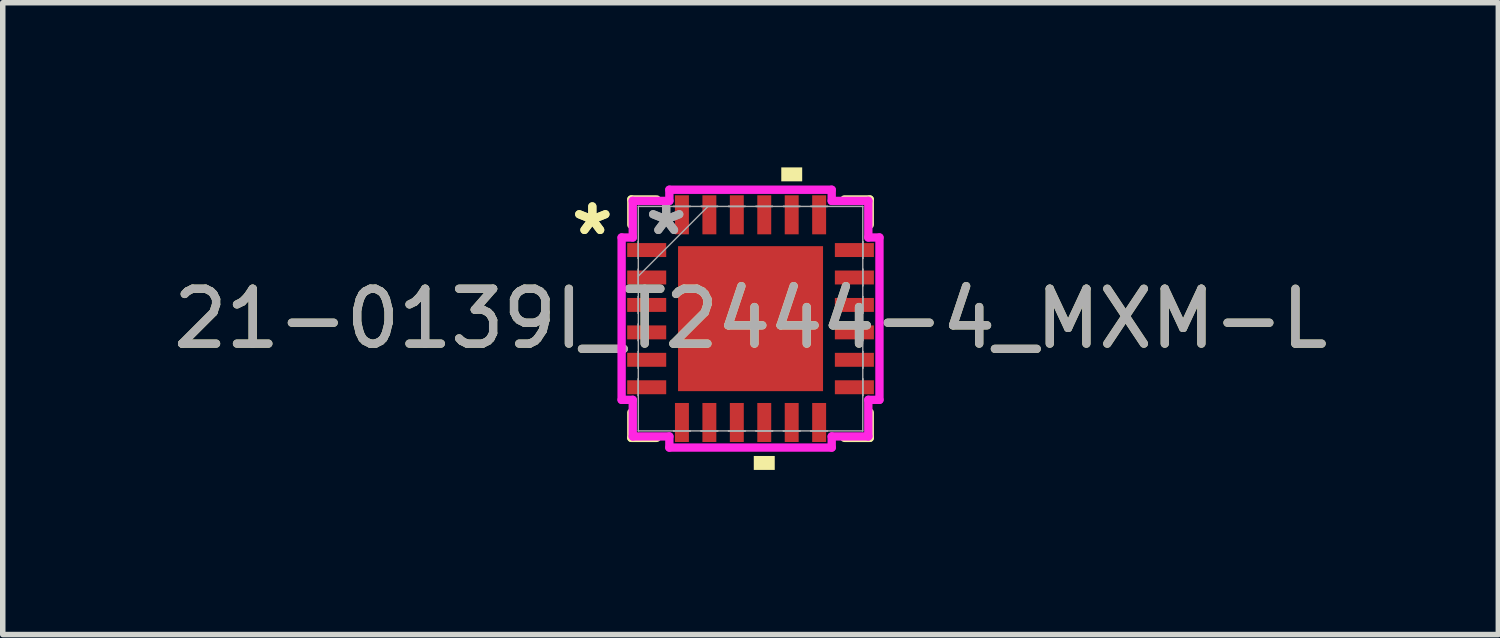
<source format=kicad_pcb>
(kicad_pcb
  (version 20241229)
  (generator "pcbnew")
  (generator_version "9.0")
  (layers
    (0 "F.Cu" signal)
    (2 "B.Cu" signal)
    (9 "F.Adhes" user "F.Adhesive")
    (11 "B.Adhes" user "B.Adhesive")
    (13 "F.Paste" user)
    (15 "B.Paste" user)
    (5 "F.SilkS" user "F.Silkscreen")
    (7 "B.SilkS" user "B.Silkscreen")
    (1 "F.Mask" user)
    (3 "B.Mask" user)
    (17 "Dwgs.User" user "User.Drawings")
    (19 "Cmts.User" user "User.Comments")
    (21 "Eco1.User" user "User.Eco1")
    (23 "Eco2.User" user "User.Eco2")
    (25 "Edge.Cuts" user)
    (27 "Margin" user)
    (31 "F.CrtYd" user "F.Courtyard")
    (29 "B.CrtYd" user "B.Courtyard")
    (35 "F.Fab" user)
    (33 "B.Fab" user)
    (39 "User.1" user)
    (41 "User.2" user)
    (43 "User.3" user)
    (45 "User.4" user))
  (footprint "21-0139I_T2444-4_MXM-L"
    (layer "F.Cu")
    (at 10.625 2.756)
    (property "Reference" "21-0139I_T2444-4_MXM-L" (at 0 0 0) (unlocked yes) (layer "F.SilkS") (effects (font (size 1 1) (thickness 0.15))))
    (attr smd)
    (fp_line (start -2.172 -2.172) (end -2.172 -1.71) (stroke (width 0.152) (type solid)) (layer "F.SilkS"))
    (fp_line (start -2.172 1.71) (end -2.172 2.172) (stroke (width 0.152) (type solid)) (layer "F.SilkS"))
    (fp_line (start -2.172 2.172) (end -1.71 2.172) (stroke (width 0.152) (type solid)) (layer "F.SilkS"))
    (fp_line (start -1.71 -2.172) (end -2.172 -2.172) (stroke (width 0.152) (type solid)) (layer "F.SilkS"))
    (fp_line (start 1.71 2.172) (end 2.172 2.172) (stroke (width 0.152) (type solid)) (layer "F.SilkS"))
    (fp_line (start 2.172 -2.172) (end 1.71 -2.172) (stroke (width 0.152) (type solid)) (layer "F.SilkS"))
    (fp_line (start 2.172 -1.71) (end 2.172 -2.172) (stroke (width 0.152) (type solid)) (layer "F.SilkS"))
    (fp_line (start 2.172 2.172) (end 2.172 1.71) (stroke (width 0.152) (type solid)) (layer "F.SilkS"))
    (fp_poly (pts (xy 0.059 2.502) (xy 0.059 2.756) (xy 0.441 2.756) (xy 0.441 2.502)) (stroke (width 0) (type solid)) (fill yes) (layer "F.SilkS"))
    (fp_poly (pts (xy 0.56 -2.502) (xy 0.56 -2.756) (xy 0.941 -2.756) (xy 0.941 -2.502)) (stroke (width 0) (type solid)) (fill yes) (layer "F.SilkS"))
    (fp_poly (pts (xy -1.221 -1.221) (xy -1.221 -0.1) (xy -0.1 -0.1) (xy -0.1 -1.221)) (stroke (width 0) (type solid)) (fill yes) (layer "F.Paste"))
    (fp_poly (pts (xy -1.221 0.1) (xy -1.221 1.221) (xy -0.1 1.221) (xy -0.1 0.1)) (stroke (width 0) (type solid)) (fill yes) (layer "F.Paste"))
    (fp_poly (pts (xy 0.1 -1.221) (xy 0.1 -0.1) (xy 1.221 -0.1) (xy 1.221 -1.221)) (stroke (width 0) (type solid)) (fill yes) (layer "F.Paste"))
    (fp_poly (pts (xy 0.1 0.1) (xy 0.1 1.221) (xy 1.221 1.221) (xy 1.221 0.1)) (stroke (width 0) (type solid)) (fill yes) (layer "F.Paste"))
    (fp_line (start -2.349 -1.479) (end -2.146 -1.479) (stroke (width 0.152) (type solid)) (layer "F.CrtYd"))
    (fp_line (start -2.349 1.479) (end -2.349 -1.479) (stroke (width 0.152) (type solid)) (layer "F.CrtYd"))
    (fp_line (start -2.146 -2.146) (end -1.479 -2.146) (stroke (width 0.152) (type solid)) (layer "F.CrtYd"))
    (fp_line (start -2.146 -1.479) (end -2.146 -2.146) (stroke (width 0.152) (type solid)) (layer "F.CrtYd"))
    (fp_line (start -2.146 1.479) (end -2.349 1.479) (stroke (width 0.152) (type solid)) (layer "F.CrtYd"))
    (fp_line (start -2.146 2.146) (end -2.146 1.479) (stroke (width 0.152) (type solid)) (layer "F.CrtYd"))
    (fp_line (start -1.479 -2.349) (end 1.479 -2.349) (stroke (width 0.152) (type solid)) (layer "F.CrtYd"))
    (fp_line (start -1.479 -2.146) (end -1.479 -2.349) (stroke (width 0.152) (type solid)) (layer "F.CrtYd"))
    (fp_line (start -1.479 2.146) (end -2.146 2.146) (stroke (width 0.152) (type solid)) (layer "F.CrtYd"))
    (fp_line (start -1.479 2.349) (end -1.479 2.146) (stroke (width 0.152) (type solid)) (layer "F.CrtYd"))
    (fp_line (start 1.479 -2.349) (end 1.479 -2.146) (stroke (width 0.152) (type solid)) (layer "F.CrtYd"))
    (fp_line (start 1.479 -2.146) (end 2.146 -2.146) (stroke (width 0.152) (type solid)) (layer "F.CrtYd"))
    (fp_line (start 1.479 2.146) (end 1.479 2.349) (stroke (width 0.152) (type solid)) (layer "F.CrtYd"))
    (fp_line (start 1.479 2.349) (end -1.479 2.349) (stroke (width 0.152) (type solid)) (layer "F.CrtYd"))
    (fp_line (start 2.146 -2.146) (end 2.146 -1.479) (stroke (width 0.152) (type solid)) (layer "F.CrtYd"))
    (fp_line (start 2.146 -1.479) (end 2.349 -1.479) (stroke (width 0.152) (type solid)) (layer "F.CrtYd"))
    (fp_line (start 2.146 1.479) (end 2.146 2.146) (stroke (width 0.152) (type solid)) (layer "F.CrtYd"))
    (fp_line (start 2.146 2.146) (end 1.479 2.146) (stroke (width 0.152) (type solid)) (layer "F.CrtYd"))
    (fp_line (start 2.349 -1.479) (end 2.349 1.479) (stroke (width 0.152) (type solid)) (layer "F.CrtYd"))
    (fp_line (start 2.349 1.479) (end 2.146 1.479) (stroke (width 0.152) (type solid)) (layer "F.CrtYd"))
    (fp_line (start -2.045 -2.045) (end -2.045 -2.045) (stroke (width 0.025) (type solid)) (layer "F.Fab"))
    (fp_line (start -2.045 -2.045) (end -2.045 2.045) (stroke (width 0.025) (type solid)) (layer "F.Fab"))
    (fp_line (start -2.045 -1.402) (end -2.045 -1.402) (stroke (width 0.025) (type solid)) (layer "F.Fab"))
    (fp_line (start -2.045 -1.402) (end -2.045 -1.098) (stroke (width 0.025) (type solid)) (layer "F.Fab"))
    (fp_line (start -2.045 -1.098) (end -2.045 -1.402) (stroke (width 0.025) (type solid)) (layer "F.Fab"))
    (fp_line (start -2.045 -1.098) (end -2.045 -1.098) (stroke (width 0.025) (type solid)) (layer "F.Fab"))
    (fp_line (start -2.045 -0.902) (end -2.045 -0.902) (stroke (width 0.025) (type solid)) (layer "F.Fab"))
    (fp_line (start -2.045 -0.902) (end -2.045 -0.598) (stroke (width 0.025) (type solid)) (layer "F.Fab"))
    (fp_line (start -2.045 -0.775) (end -0.775 -2.045) (stroke (width 0.025) (type solid)) (layer "F.Fab"))
    (fp_line (start -2.045 -0.598) (end -2.045 -0.902) (stroke (width 0.025) (type solid)) (layer "F.Fab"))
    (fp_line (start -2.045 -0.598) (end -2.045 -0.598) (stroke (width 0.025) (type solid)) (layer "F.Fab"))
    (fp_line (start -2.045 -0.402) (end -2.045 -0.402) (stroke (width 0.025) (type solid)) (layer "F.Fab"))
    (fp_line (start -2.045 -0.402) (end -2.045 -0.098) (stroke (width 0.025) (type solid)) (layer "F.Fab"))
    (fp_line (start -2.045 -0.098) (end -2.045 -0.402) (stroke (width 0.025) (type solid)) (layer "F.Fab"))
    (fp_line (start -2.045 -0.098) (end -2.045 -0.098) (stroke (width 0.025) (type solid)) (layer "F.Fab"))
    (fp_line (start -2.045 0.098) (end -2.045 0.098) (stroke (width 0.025) (type solid)) (layer "F.Fab"))
    (fp_line (start -2.045 0.098) (end -2.045 0.402) (stroke (width 0.025) (type solid)) (layer "F.Fab"))
    (fp_line (start -2.045 0.402) (end -2.045 0.098) (stroke (width 0.025) (type solid)) (layer "F.Fab"))
    (fp_line (start -2.045 0.402) (end -2.045 0.402) (stroke (width 0.025) (type solid)) (layer "F.Fab"))
    (fp_line (start -2.045 0.598) (end -2.045 0.598) (stroke (width 0.025) (type solid)) (layer "F.Fab"))
    (fp_line (start -2.045 0.598) (end -2.045 0.902) (stroke (width 0.025) (type solid)) (layer "F.Fab"))
    (fp_line (start -2.045 0.902) (end -2.045 0.598) (stroke (width 0.025) (type solid)) (layer "F.Fab"))
    (fp_line (start -2.045 0.902) (end -2.045 0.902) (stroke (width 0.025) (type solid)) (layer "F.Fab"))
    (fp_line (start -2.045 1.098) (end -2.045 1.098) (stroke (width 0.025) (type solid)) (layer "F.Fab"))
    (fp_line (start -2.045 1.098) (end -2.045 1.402) (stroke (width 0.025) (type solid)) (layer "F.Fab"))
    (fp_line (start -2.045 1.402) (end -2.045 1.098) (stroke (width 0.025) (type solid)) (layer "F.Fab"))
    (fp_line (start -2.045 1.402) (end -2.045 1.402) (stroke (width 0.025) (type solid)) (layer "F.Fab"))
    (fp_line (start -2.045 2.045) (end -2.045 2.045) (stroke (width 0.025) (type solid)) (layer "F.Fab"))
    (fp_line (start -2.045 2.045) (end 2.045 2.045) (stroke (width 0.025) (type solid)) (layer "F.Fab"))
    (fp_line (start -1.402 -2.045) (end -1.402 -2.045) (stroke (width 0.025) (type solid)) (layer "F.Fab"))
    (fp_line (start -1.402 -2.045) (end -1.098 -2.045) (stroke (width 0.025) (type solid)) (layer "F.Fab"))
    (fp_line (start -1.402 2.045) (end -1.402 2.045) (stroke (width 0.025) (type solid)) (layer "F.Fab"))
    (fp_line (start -1.402 2.045) (end -1.098 2.045) (stroke (width 0.025) (type solid)) (layer "F.Fab"))
    (fp_line (start -1.098 -2.045) (end -1.402 -2.045) (stroke (width 0.025) (type solid)) (layer "F.Fab"))
    (fp_line (start -1.098 -2.045) (end -1.098 -2.045) (stroke (width 0.025) (type solid)) (layer "F.Fab"))
    (fp_line (start -1.098 2.045) (end -1.402 2.045) (stroke (width 0.025) (type solid)) (layer "F.Fab"))
    (fp_line (start -1.098 2.045) (end -1.098 2.045) (stroke (width 0.025) (type solid)) (layer "F.Fab"))
    (fp_line (start -0.902 -2.045) (end -0.902 -2.045) (stroke (width 0.025) (type solid)) (layer "F.Fab"))
    (fp_line (start -0.902 -2.045) (end -0.598 -2.045) (stroke (width 0.025) (type solid)) (layer "F.Fab"))
    (fp_line (start -0.902 2.045) (end -0.902 2.045) (stroke (width 0.025) (type solid)) (layer "F.Fab"))
    (fp_line (start -0.902 2.045) (end -0.598 2.045) (stroke (width 0.025) (type solid)) (layer "F.Fab"))
    (fp_line (start -0.598 -2.045) (end -0.902 -2.045) (stroke (width 0.025) (type solid)) (layer "F.Fab"))
    (fp_line (start -0.598 -2.045) (end -0.598 -2.045) (stroke (width 0.025) (type solid)) (layer "F.Fab"))
    (fp_line (start -0.598 2.045) (end -0.902 2.045) (stroke (width 0.025) (type solid)) (layer "F.Fab"))
    (fp_line (start -0.598 2.045) (end -0.598 2.045) (stroke (width 0.025) (type solid)) (layer "F.Fab"))
    (fp_line (start -0.402 -2.045) (end -0.402 -2.045) (stroke (width 0.025) (type solid)) (layer "F.Fab"))
    (fp_line (start -0.402 -2.045) (end -0.098 -2.045) (stroke (width 0.025) (type solid)) (layer "F.Fab"))
    (fp_line (start -0.402 2.045) (end -0.402 2.045) (stroke (width 0.025) (type solid)) (layer "F.Fab"))
    (fp_line (start -0.402 2.045) (end -0.098 2.045) (stroke (width 0.025) (type solid)) (layer "F.Fab"))
    (fp_line (start -0.098 -2.045) (end -0.402 -2.045) (stroke (width 0.025) (type solid)) (layer "F.Fab"))
    (fp_line (start -0.098 -2.045) (end -0.098 -2.045) (stroke (width 0.025) (type solid)) (layer "F.Fab"))
    (fp_line (start -0.098 2.045) (end -0.402 2.045) (stroke (width 0.025) (type solid)) (layer "F.Fab"))
    (fp_line (start -0.098 2.045) (end -0.098 2.045) (stroke (width 0.025) (type solid)) (layer "F.Fab"))
    (fp_line (start 0.098 -2.045) (end 0.098 -2.045) (stroke (width 0.025) (type solid)) (layer "F.Fab"))
    (fp_line (start 0.098 -2.045) (end 0.402 -2.045) (stroke (width 0.025) (type solid)) (layer "F.Fab"))
    (fp_line (start 0.098 2.045) (end 0.098 2.045) (stroke (width 0.025) (type solid)) (layer "F.Fab"))
    (fp_line (start 0.098 2.045) (end 0.402 2.045) (stroke (width 0.025) (type solid)) (layer "F.Fab"))
    (fp_line (start 0.402 -2.045) (end 0.098 -2.045) (stroke (width 0.025) (type solid)) (layer "F.Fab"))
    (fp_line (start 0.402 -2.045) (end 0.402 -2.045) (stroke (width 0.025) (type solid)) (layer "F.Fab"))
    (fp_line (start 0.402 2.045) (end 0.098 2.045) (stroke (width 0.025) (type solid)) (layer "F.Fab"))
    (fp_line (start 0.402 2.045) (end 0.402 2.045) (stroke (width 0.025) (type solid)) (layer "F.Fab"))
    (fp_line (start 0.598 -2.045) (end 0.598 -2.045) (stroke (width 0.025) (type solid)) (layer "F.Fab"))
    (fp_line (start 0.598 -2.045) (end 0.902 -2.045) (stroke (width 0.025) (type solid)) (layer "F.Fab"))
    (fp_line (start 0.598 2.045) (end 0.598 2.045) (stroke (width 0.025) (type solid)) (layer "F.Fab"))
    (fp_line (start 0.598 2.045) (end 0.902 2.045) (stroke (width 0.025) (type solid)) (layer "F.Fab"))
    (fp_line (start 0.902 -2.045) (end 0.598 -2.045) (stroke (width 0.025) (type solid)) (layer "F.Fab"))
    (fp_line (start 0.902 -2.045) (end 0.902 -2.045) (stroke (width 0.025) (type solid)) (layer "F.Fab"))
    (fp_line (start 0.902 2.045) (end 0.598 2.045) (stroke (width 0.025) (type solid)) (layer "F.Fab"))
    (fp_line (start 0.902 2.045) (end 0.902 2.045) (stroke (width 0.025) (type solid)) (layer "F.Fab"))
    (fp_line (start 1.098 -2.045) (end 1.098 -2.045) (stroke (width 0.025) (type solid)) (layer "F.Fab"))
    (fp_line (start 1.098 -2.045) (end 1.402 -2.045) (stroke (width 0.025) (type solid)) (layer "F.Fab"))
    (fp_line (start 1.098 2.045) (end 1.098 2.045) (stroke (width 0.025) (type solid)) (layer "F.Fab"))
    (fp_line (start 1.098 2.045) (end 1.402 2.045) (stroke (width 0.025) (type solid)) (layer "F.Fab"))
    (fp_line (start 1.402 -2.045) (end 1.098 -2.045) (stroke (width 0.025) (type solid)) (layer "F.Fab"))
    (fp_line (start 1.402 -2.045) (end 1.402 -2.045) (stroke (width 0.025) (type solid)) (layer "F.Fab"))
    (fp_line (start 1.402 2.045) (end 1.098 2.045) (stroke (width 0.025) (type solid)) (layer "F.Fab"))
    (fp_line (start 1.402 2.045) (end 1.402 2.045) (stroke (width 0.025) (type solid)) (layer "F.Fab"))
    (fp_line (start 2.045 -2.045) (end -2.045 -2.045) (stroke (width 0.025) (type solid)) (layer "F.Fab"))
    (fp_line (start 2.045 -2.045) (end 2.045 -2.045) (stroke (width 0.025) (type solid)) (layer "F.Fab"))
    (fp_line (start 2.045 -1.402) (end 2.045 -1.402) (stroke (width 0.025) (type solid)) (layer "F.Fab"))
    (fp_line (start 2.045 -1.402) (end 2.045 -1.098) (stroke (width 0.025) (type solid)) (layer "F.Fab"))
    (fp_line (start 2.045 -1.098) (end 2.045 -1.402) (stroke (width 0.025) (type solid)) (layer "F.Fab"))
    (fp_line (start 2.045 -1.098) (end 2.045 -1.098) (stroke (width 0.025) (type solid)) (layer "F.Fab"))
    (fp_line (start 2.045 -0.902) (end 2.045 -0.902) (stroke (width 0.025) (type solid)) (layer "F.Fab"))
    (fp_line (start 2.045 -0.902) (end 2.045 -0.598) (stroke (width 0.025) (type solid)) (layer "F.Fab"))
    (fp_line (start 2.045 -0.598) (end 2.045 -0.902) (stroke (width 0.025) (type solid)) (layer "F.Fab"))
    (fp_line (start 2.045 -0.598) (end 2.045 -0.598) (stroke (width 0.025) (type solid)) (layer "F.Fab"))
    (fp_line (start 2.045 -0.402) (end 2.045 -0.402) (stroke (width 0.025) (type solid)) (layer "F.Fab"))
    (fp_line (start 2.045 -0.402) (end 2.045 -0.098) (stroke (width 0.025) (type solid)) (layer "F.Fab"))
    (fp_line (start 2.045 -0.098) (end 2.045 -0.402) (stroke (width 0.025) (type solid)) (layer "F.Fab"))
    (fp_line (start 2.045 -0.098) (end 2.045 -0.098) (stroke (width 0.025) (type solid)) (layer "F.Fab"))
    (fp_line (start 2.045 0.098) (end 2.045 0.098) (stroke (width 0.025) (type solid)) (layer "F.Fab"))
    (fp_line (start 2.045 0.098) (end 2.045 0.402) (stroke (width 0.025) (type solid)) (layer "F.Fab"))
    (fp_line (start 2.045 0.402) (end 2.045 0.098) (stroke (width 0.025) (type solid)) (layer "F.Fab"))
    (fp_line (start 2.045 0.402) (end 2.045 0.402) (stroke (width 0.025) (type solid)) (layer "F.Fab"))
    (fp_line (start 2.045 0.598) (end 2.045 0.598) (stroke (width 0.025) (type solid)) (layer "F.Fab"))
    (fp_line (start 2.045 0.598) (end 2.045 0.902) (stroke (width 0.025) (type solid)) (layer "F.Fab"))
    (fp_line (start 2.045 0.902) (end 2.045 0.598) (stroke (width 0.025) (type solid)) (layer "F.Fab"))
    (fp_line (start 2.045 0.902) (end 2.045 0.902) (stroke (width 0.025) (type solid)) (layer "F.Fab"))
    (fp_line (start 2.045 1.098) (end 2.045 1.098) (stroke (width 0.025) (type solid)) (layer "F.Fab"))
    (fp_line (start 2.045 1.098) (end 2.045 1.402) (stroke (width 0.025) (type solid)) (layer "F.Fab"))
    (fp_line (start 2.045 1.402) (end 2.045 1.098) (stroke (width 0.025) (type solid)) (layer "F.Fab"))
    (fp_line (start 2.045 1.402) (end 2.045 1.402) (stroke (width 0.025) (type solid)) (layer "F.Fab"))
    (fp_line (start 2.045 2.045) (end 2.045 -2.045) (stroke (width 0.025) (type solid)) (layer "F.Fab"))
    (fp_line (start 2.045 2.045) (end 2.045 2.045) (stroke (width 0.025) (type solid)) (layer "F.Fab"))
    (fp_text user "*" (at -2.883 -1.5 0) (unlocked yes) (layer "F.SilkS") (effects (font (size 1 1) (thickness 0.15))))
    (fp_text user "*" (at -2.883 -1.5 0) (layer "F.SilkS") (effects (font (size 1 1) (thickness 0.15))))
    (fp_text user "*" (at -1.537 -1.5 0) (layer "F.Fab") (effects (font (size 1 1) (thickness 0.15))))
    (fp_text user "${REFERENCE}" (at 0 0 0) (unlocked yes) (layer "F.Fab") (effects (font (size 1 1) (thickness 0.15))))
    (fp_text user "*" (at -1.537 -1.5 0) (unlocked yes) (layer "F.Fab") (effects (font (size 1 1) (thickness 0.15))))
    (pad "1" smd rect (at -1.892 -1.25 90) (size 0.254 0.711) (layers "F.Cu" "F.Mask" "F.Paste"))
    (pad "2" smd rect (at -1.892 -0.75 90) (size 0.254 0.711) (layers "F.Cu" "F.Mask" "F.Paste"))
    (pad "3" smd rect (at -1.892 -0.25 90) (size 0.254 0.711) (layers "F.Cu" "F.Mask" "F.Paste"))
    (pad "4" smd rect (at -1.892 0.25 90) (size 0.254 0.711) (layers "F.Cu" "F.Mask" "F.Paste"))
    (pad "5" smd rect (at -1.892 0.75 90) (size 0.254 0.711) (layers "F.Cu" "F.Mask" "F.Paste"))
    (pad "6" smd rect (at -1.892 1.25 90) (size 0.254 0.711) (layers "F.Cu" "F.Mask" "F.Paste"))
    (pad "7" smd rect (at -1.25 1.892) (size 0.254 0.711) (layers "F.Cu" "F.Mask" "F.Paste"))
    (pad "8" smd rect (at -0.75 1.892) (size 0.254 0.711) (layers "F.Cu" "F.Mask" "F.Paste"))
    (pad "9" smd rect (at -0.25 1.892) (size 0.254 0.711) (layers "F.Cu" "F.Mask" "F.Paste"))
    (pad "10" smd rect (at 0.25 1.892) (size 0.254 0.711) (layers "F.Cu" "F.Mask" "F.Paste"))
    (pad "11" smd rect (at 0.75 1.892) (size 0.254 0.711) (layers "F.Cu" "F.Mask" "F.Paste"))
    (pad "12" smd rect (at 1.25 1.892) (size 0.254 0.711) (layers "F.Cu" "F.Mask" "F.Paste"))
    (pad "13" smd rect (at 1.892 1.25 90) (size 0.254 0.711) (layers "F.Cu" "F.Mask" "F.Paste"))
    (pad "14" smd rect (at 1.892 0.75 90) (size 0.254 0.711) (layers "F.Cu" "F.Mask" "F.Paste"))
    (pad "15" smd rect (at 1.892 0.25 90) (size 0.254 0.711) (layers "F.Cu" "F.Mask" "F.Paste"))
    (pad "16" smd rect (at 1.892 -0.25 90) (size 0.254 0.711) (layers "F.Cu" "F.Mask" "F.Paste"))
    (pad "17" smd rect (at 1.892 -0.75 90) (size 0.254 0.711) (layers "F.Cu" "F.Mask" "F.Paste"))
    (pad "18" smd rect (at 1.892 -1.25 90) (size 0.254 0.711) (layers "F.Cu" "F.Mask" "F.Paste"))
    (pad "19" smd rect (at 1.25 -1.892) (size 0.254 0.711) (layers "F.Cu" "F.Mask" "F.Paste"))
    (pad "20" smd rect (at 0.75 -1.892) (size 0.254 0.711) (layers "F.Cu" "F.Mask" "F.Paste"))
    (pad "21" smd rect (at 0.25 -1.892) (size 0.254 0.711) (layers "F.Cu" "F.Mask" "F.Paste"))
    (pad "22" smd rect (at -0.25 -1.892) (size 0.254 0.711) (layers "F.Cu" "F.Mask" "F.Paste"))
    (pad "23" smd rect (at -0.75 -1.892) (size 0.254 0.711) (layers "F.Cu" "F.Mask" "F.Paste"))
    (pad "24" smd rect (at -1.25 -1.892) (size 0.254 0.711) (layers "F.Cu" "F.Mask" "F.Paste"))
    (pad "25" smd rect (at 0 0) (size 2.642 2.642) (layers "F.Cu" "F.Mask" "F.Paste")))
  (gr_rect
    (start -3 -3)
    (end 24.25 8.512)
    (stroke (width 0.1) (type default))
    (fill no)
    (layer "Edge.Cuts")))
</source>
